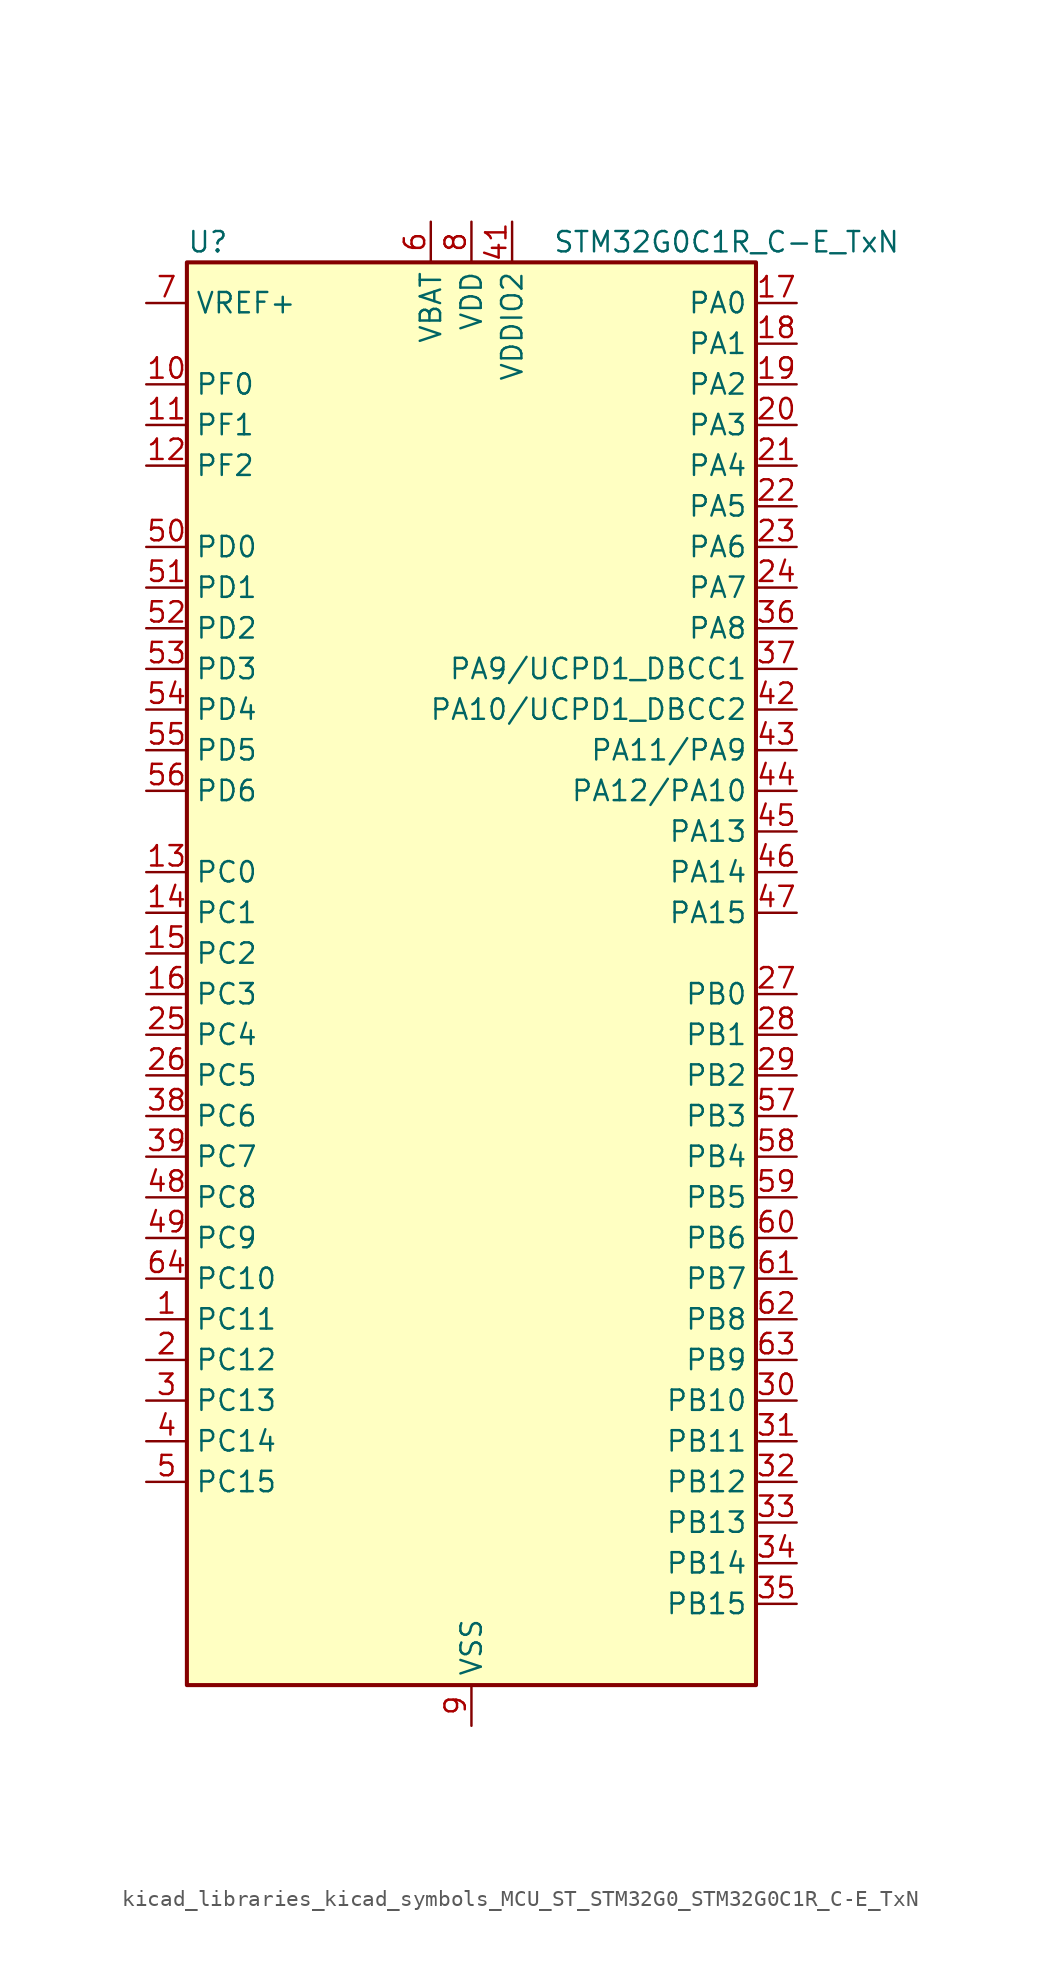
<source format=kicad_sym>
(kicad_symbol_lib
  (version 20220914)
  (generator kicad_symbol_editor)
  (symbol "kicad_libraries_kicad_symbols_MCU_ST_STM32G0_STM32G0C1R_C-E_TxN"
    (property "Reference" "U"
      (at -17.78 46.99 0)
      (effects (font (size 1.27 1.27)) (justify left)))
    (property "Value" "STM32G0C1R_C-E_TxN"
      (at 5.08 46.99 0)
      (effects (font (size 1.27 1.27)) (justify left)))
    (property "ki_locked" ""
      (at 0 0 0)
      (effects (font (size 1.27 1.27))))
    (symbol "kicad_libraries_kicad_symbols_MCU_ST_STM32G0_STM32G0C1R_C-E_TxN_0_1"
      (rectangle (start -17.78 -43.18) (end 17.78 45.72) (stroke (width 0.254) (type default)) (fill (type background))))
    (symbol "kicad_libraries_kicad_symbols_MCU_ST_STM32G0_STM32G0C1R_C-E_TxN_1_1"
      (pin bidirectional line (at -20.32 -20.32 0) (length 2.54) (name "PC11" (effects (font (size 1.27 1.27)))) (number "1" (effects (font (size 1.27 1.27)))) (alternate "ADC1_EXTI11" bidirectional line) (alternate "SPI3_MISO" bidirectional line) (alternate "TIM1_CH4" bidirectional line) (alternate "USART3_RX" bidirectional line) (alternate "USART4_RX" bidirectional line))
      (pin bidirectional line (at -20.32 38.1 0) (length 2.54) (name "PF0" (effects (font (size 1.27 1.27)))) (number "10" (effects (font (size 1.27 1.27)))) (alternate "CRS1_SYNC" bidirectional line) (alternate "RCC_OSC_IN" bidirectional line) (alternate "TIM14_CH1" bidirectional line))
      (pin bidirectional line (at -20.32 35.56 0) (length 2.54) (name "PF1" (effects (font (size 1.27 1.27)))) (number "11" (effects (font (size 1.27 1.27)))) (alternate "RCC_OSC_EN" bidirectional line) (alternate "RCC_OSC_OUT" bidirectional line) (alternate "TIM15_CH1N" bidirectional line))
      (pin bidirectional line (at -20.32 33.02 0) (length 2.54) (name "PF2" (effects (font (size 1.27 1.27)))) (number "12" (effects (font (size 1.27 1.27)))) (alternate "LPUART2_DE" bidirectional line) (alternate "LPUART2_RTS" bidirectional line) (alternate "LPUART2_TX" bidirectional line) (alternate "RCC_MCO" bidirectional line))
      (pin bidirectional line (at -20.32 7.62 0) (length 2.54) (name "PC0" (effects (font (size 1.27 1.27)))) (number "13" (effects (font (size 1.27 1.27)))) (alternate "COMP3_INM" bidirectional line) (alternate "COMP3_OUT" bidirectional line) (alternate "I2C3_SCL" bidirectional line) (alternate "LPTIM1_IN1" bidirectional line) (alternate "LPTIM2_IN1" bidirectional line) (alternate "LPUART1_RX" bidirectional line) (alternate "LPUART2_TX" bidirectional line) (alternate "USART6_TX" bidirectional line))
      (pin bidirectional line (at -20.32 5.08 0) (length 2.54) (name "PC1" (effects (font (size 1.27 1.27)))) (number "14" (effects (font (size 1.27 1.27)))) (alternate "COMP3_INP" bidirectional line) (alternate "I2C3_SDA" bidirectional line) (alternate "LPTIM1_OUT" bidirectional line) (alternate "LPUART1_TX" bidirectional line) (alternate "LPUART2_RX" bidirectional line) (alternate "TIM15_CH1" bidirectional line) (alternate "USART6_RX" bidirectional line))
      (pin bidirectional line (at -20.32 2.54 0) (length 2.54) (name "PC2" (effects (font (size 1.27 1.27)))) (number "15" (effects (font (size 1.27 1.27)))) (alternate "COMP3_OUT" bidirectional line) (alternate "FDCAN2_RX" bidirectional line) (alternate "I2S2_MCK" bidirectional line) (alternate "LPTIM1_IN2" bidirectional line) (alternate "SPI2_MISO" bidirectional line) (alternate "TIM15_CH2" bidirectional line))
      (pin bidirectional line (at -20.32 0 0) (length 2.54) (name "PC3" (effects (font (size 1.27 1.27)))) (number "16" (effects (font (size 1.27 1.27)))) (alternate "FDCAN2_TX" bidirectional line) (alternate "I2S2_SD" bidirectional line) (alternate "LPTIM1_ETR" bidirectional line) (alternate "LPTIM2_ETR" bidirectional line) (alternate "SPI2_MOSI" bidirectional line))
      (pin bidirectional line (at 20.32 43.18 180) (length 2.54) (name "PA0" (effects (font (size 1.27 1.27)))) (number "17" (effects (font (size 1.27 1.27)))) (alternate "ADC1_IN0" bidirectional line) (alternate "COMP1_INM" bidirectional line) (alternate "COMP1_OUT" bidirectional line) (alternate "I2S2_CK" bidirectional line) (alternate "LPTIM1_OUT" bidirectional line) (alternate "RTC_TAMP_IN2" bidirectional line) (alternate "SPI2_SCK" bidirectional line) (alternate "SYS_WKUP1" bidirectional line) (alternate "TIM2_CH1" bidirectional line) (alternate "TIM2_ETR" bidirectional line) (alternate "UCPD2_FRSTX1" bidirectional line) (alternate "UCPD2_FRSTX2" bidirectional line) (alternate "USART2_CTS" bidirectional line) (alternate "USART2_NSS" bidirectional line) (alternate "USART4_TX" bidirectional line))
      (pin bidirectional line (at 20.32 40.64 180) (length 2.54) (name "PA1" (effects (font (size 1.27 1.27)))) (number "18" (effects (font (size 1.27 1.27)))) (alternate "ADC1_IN1" bidirectional line) (alternate "COMP1_INP" bidirectional line) (alternate "I2C1_SMBA" bidirectional line) (alternate "I2S1_CK" bidirectional line) (alternate "SPI1_SCK" bidirectional line) (alternate "TIM15_CH1N" bidirectional line) (alternate "TIM2_CH2" bidirectional line) (alternate "USART2_CK" bidirectional line) (alternate "USART2_DE" bidirectional line) (alternate "USART2_RTS" bidirectional line) (alternate "USART4_RX" bidirectional line))
      (pin bidirectional line (at 20.32 38.1 180) (length 2.54) (name "PA2" (effects (font (size 1.27 1.27)))) (number "19" (effects (font (size 1.27 1.27)))) (alternate "ADC1_IN2" bidirectional line) (alternate "COMP2_INM" bidirectional line) (alternate "COMP2_OUT" bidirectional line) (alternate "I2S1_SD" bidirectional line) (alternate "LPUART1_TX" bidirectional line) (alternate "RCC_LSCO" bidirectional line) (alternate "SPI1_MOSI" bidirectional line) (alternate "SYS_WKUP4" bidirectional line) (alternate "TIM15_CH1" bidirectional line) (alternate "TIM2_CH3" bidirectional line) (alternate "UCPD1_FRSTX1" bidirectional line) (alternate "UCPD1_FRSTX2" bidirectional line) (alternate "USART2_TX" bidirectional line))
      (pin bidirectional line (at -20.32 -22.86 0) (length 2.54) (name "PC12" (effects (font (size 1.27 1.27)))) (number "2" (effects (font (size 1.27 1.27)))) (alternate "LPTIM1_IN1" bidirectional line) (alternate "SPI3_MOSI" bidirectional line) (alternate "TIM14_CH1" bidirectional line) (alternate "UCPD1_FRSTX1" bidirectional line) (alternate "UCPD1_FRSTX2" bidirectional line) (alternate "USART5_TX" bidirectional line))
      (pin bidirectional line (at 20.32 35.56 180) (length 2.54) (name "PA3" (effects (font (size 1.27 1.27)))) (number "20" (effects (font (size 1.27 1.27)))) (alternate "ADC1_IN3" bidirectional line) (alternate "COMP2_INP" bidirectional line) (alternate "I2S2_MCK" bidirectional line) (alternate "LPUART1_RX" bidirectional line) (alternate "SPI2_MISO" bidirectional line) (alternate "TIM15_CH2" bidirectional line) (alternate "TIM2_CH4" bidirectional line) (alternate "UCPD2_FRSTX1" bidirectional line) (alternate "UCPD2_FRSTX2" bidirectional line) (alternate "USART2_RX" bidirectional line))
      (pin bidirectional line (at 20.32 33.02 180) (length 2.54) (name "PA4" (effects (font (size 1.27 1.27)))) (number "21" (effects (font (size 1.27 1.27)))) (alternate "ADC1_IN4" bidirectional line) (alternate "DAC1_OUT1" bidirectional line) (alternate "I2S1_WS" bidirectional line) (alternate "I2S2_SD" bidirectional line) (alternate "LPTIM2_OUT" bidirectional line) (alternate "RTC_OUT2" bidirectional line) (alternate "SPI1_NSS" bidirectional line) (alternate "SPI2_MOSI" bidirectional line) (alternate "SPI3_NSS" bidirectional line) (alternate "TIM14_CH1" bidirectional line) (alternate "UCPD2_FRSTX1" bidirectional line) (alternate "UCPD2_FRSTX2" bidirectional line) (alternate "USART6_TX" bidirectional line) (alternate "USB_NOE" bidirectional line))
      (pin bidirectional line (at 20.32 30.48 180) (length 2.54) (name "PA5" (effects (font (size 1.27 1.27)))) (number "22" (effects (font (size 1.27 1.27)))) (alternate "ADC1_IN5" bidirectional line) (alternate "CEC" bidirectional line) (alternate "DAC1_OUT2" bidirectional line) (alternate "I2S1_CK" bidirectional line) (alternate "LPTIM2_ETR" bidirectional line) (alternate "SPI1_SCK" bidirectional line) (alternate "TIM2_CH1" bidirectional line) (alternate "TIM2_ETR" bidirectional line) (alternate "UCPD1_FRSTX1" bidirectional line) (alternate "UCPD1_FRSTX2" bidirectional line) (alternate "USART3_TX" bidirectional line) (alternate "USART6_RX" bidirectional line))
      (pin bidirectional line (at 20.32 27.94 180) (length 2.54) (name "PA6" (effects (font (size 1.27 1.27)))) (number "23" (effects (font (size 1.27 1.27)))) (alternate "ADC1_IN6" bidirectional line) (alternate "COMP1_OUT" bidirectional line) (alternate "I2C2_SDA" bidirectional line) (alternate "I2C3_SDA" bidirectional line) (alternate "I2S1_MCK" bidirectional line) (alternate "LPUART1_CTS" bidirectional line) (alternate "SPI1_MISO" bidirectional line) (alternate "TIM16_CH1" bidirectional line) (alternate "TIM1_BK" bidirectional line) (alternate "TIM3_CH1" bidirectional line) (alternate "USART3_CTS" bidirectional line) (alternate "USART3_NSS" bidirectional line) (alternate "USART6_CTS" bidirectional line) (alternate "USART6_NSS" bidirectional line))
      (pin bidirectional line (at 20.32 25.4 180) (length 2.54) (name "PA7" (effects (font (size 1.27 1.27)))) (number "24" (effects (font (size 1.27 1.27)))) (alternate "ADC1_IN7" bidirectional line) (alternate "COMP2_OUT" bidirectional line) (alternate "I2C2_SCL" bidirectional line) (alternate "I2C3_SCL" bidirectional line) (alternate "I2S1_SD" bidirectional line) (alternate "SPI1_MOSI" bidirectional line) (alternate "TIM14_CH1" bidirectional line) (alternate "TIM17_CH1" bidirectional line) (alternate "TIM1_CH1N" bidirectional line) (alternate "TIM3_CH2" bidirectional line) (alternate "UCPD1_FRSTX1" bidirectional line) (alternate "UCPD1_FRSTX2" bidirectional line) (alternate "USART6_CK" bidirectional line) (alternate "USART6_DE" bidirectional line) (alternate "USART6_RTS" bidirectional line))
      (pin bidirectional line (at -20.32 -2.54 0) (length 2.54) (name "PC4" (effects (font (size 1.27 1.27)))) (number "25" (effects (font (size 1.27 1.27)))) (alternate "ADC1_IN17" bidirectional line) (alternate "COMP1_INM" bidirectional line) (alternate "FDCAN1_RX" bidirectional line) (alternate "TIM2_CH1" bidirectional line) (alternate "TIM2_ETR" bidirectional line) (alternate "USART1_TX" bidirectional line) (alternate "USART3_TX" bidirectional line))
      (pin bidirectional line (at -20.32 -5.08 0) (length 2.54) (name "PC5" (effects (font (size 1.27 1.27)))) (number "26" (effects (font (size 1.27 1.27)))) (alternate "ADC1_IN18" bidirectional line) (alternate "COMP1_INP" bidirectional line) (alternate "FDCAN1_TX" bidirectional line) (alternate "SYS_WKUP5" bidirectional line) (alternate "TIM2_CH2" bidirectional line) (alternate "USART1_RX" bidirectional line) (alternate "USART3_RX" bidirectional line))
      (pin bidirectional line (at 20.32 0 180) (length 2.54) (name "PB0" (effects (font (size 1.27 1.27)))) (number "27" (effects (font (size 1.27 1.27)))) (alternate "ADC1_IN8" bidirectional line) (alternate "COMP1_OUT" bidirectional line) (alternate "COMP3_INP" bidirectional line) (alternate "FDCAN2_RX" bidirectional line) (alternate "I2S1_WS" bidirectional line) (alternate "LPTIM1_OUT" bidirectional line) (alternate "LPUART2_CTS" bidirectional line) (alternate "SPI1_NSS" bidirectional line) (alternate "TIM1_CH2N" bidirectional line) (alternate "TIM3_CH3" bidirectional line) (alternate "UCPD1_FRSTX1" bidirectional line) (alternate "UCPD1_FRSTX2" bidirectional line) (alternate "USART3_RX" bidirectional line) (alternate "USART5_TX" bidirectional line))
      (pin bidirectional line (at 20.32 -2.54 180) (length 2.54) (name "PB1" (effects (font (size 1.27 1.27)))) (number "28" (effects (font (size 1.27 1.27)))) (alternate "ADC1_IN9" bidirectional line) (alternate "COMP1_INM" bidirectional line) (alternate "COMP3_OUT" bidirectional line) (alternate "FDCAN2_TX" bidirectional line) (alternate "LPTIM2_IN1" bidirectional line) (alternate "LPUART1_DE" bidirectional line) (alternate "LPUART1_RTS" bidirectional line) (alternate "LPUART2_DE" bidirectional line) (alternate "LPUART2_RTS" bidirectional line) (alternate "TIM14_CH1" bidirectional line) (alternate "TIM1_CH3N" bidirectional line) (alternate "TIM3_CH4" bidirectional line) (alternate "USART3_CK" bidirectional line) (alternate "USART3_DE" bidirectional line) (alternate "USART3_RTS" bidirectional line) (alternate "USART5_RX" bidirectional line))
      (pin bidirectional line (at 20.32 -5.08 180) (length 2.54) (name "PB2" (effects (font (size 1.27 1.27)))) (number "29" (effects (font (size 1.27 1.27)))) (alternate "ADC1_IN10" bidirectional line) (alternate "COMP1_INP" bidirectional line) (alternate "COMP3_INM" bidirectional line) (alternate "I2S2_MCK" bidirectional line) (alternate "LPTIM1_OUT" bidirectional line) (alternate "RCC_MCO_2" bidirectional line) (alternate "SPI2_MISO" bidirectional line) (alternate "USART3_TX" bidirectional line))
      (pin bidirectional line (at -20.32 -25.4 0) (length 2.54) (name "PC13" (effects (font (size 1.27 1.27)))) (number "3" (effects (font (size 1.27 1.27)))) (alternate "RTC_OUT1" bidirectional line) (alternate "RTC_TAMP_IN1" bidirectional line) (alternate "RTC_TS" bidirectional line) (alternate "SYS_WKUP2" bidirectional line) (alternate "TIM1_BK" bidirectional line))
      (pin bidirectional line (at 20.32 -25.4 180) (length 2.54) (name "PB10" (effects (font (size 1.27 1.27)))) (number "30" (effects (font (size 1.27 1.27)))) (alternate "ADC1_IN11" bidirectional line) (alternate "CEC" bidirectional line) (alternate "COMP1_OUT" bidirectional line) (alternate "I2C2_SCL" bidirectional line) (alternate "I2S2_CK" bidirectional line) (alternate "LPUART1_RX" bidirectional line) (alternate "SPI2_SCK" bidirectional line) (alternate "TIM2_CH3" bidirectional line) (alternate "USART3_TX" bidirectional line))
      (pin bidirectional line (at 20.32 -27.94 180) (length 2.54) (name "PB11" (effects (font (size 1.27 1.27)))) (number "31" (effects (font (size 1.27 1.27)))) (alternate "ADC1_EXTI11" bidirectional line) (alternate "ADC1_IN15" bidirectional line) (alternate "COMP2_OUT" bidirectional line) (alternate "I2C2_SDA" bidirectional line) (alternate "I2S2_SD" bidirectional line) (alternate "LPUART1_TX" bidirectional line) (alternate "SPI2_MOSI" bidirectional line) (alternate "TIM2_CH4" bidirectional line) (alternate "USART3_RX" bidirectional line))
      (pin bidirectional line (at 20.32 -30.48 180) (length 2.54) (name "PB12" (effects (font (size 1.27 1.27)))) (number "32" (effects (font (size 1.27 1.27)))) (alternate "ADC1_IN16" bidirectional line) (alternate "FDCAN2_RX" bidirectional line) (alternate "I2C2_SMBA" bidirectional line) (alternate "I2S2_WS" bidirectional line) (alternate "LPUART1_DE" bidirectional line) (alternate "LPUART1_RTS" bidirectional line) (alternate "SPI2_NSS" bidirectional line) (alternate "TIM15_BK" bidirectional line) (alternate "TIM1_BK" bidirectional line) (alternate "UCPD2_FRSTX1" bidirectional line) (alternate "UCPD2_FRSTX2" bidirectional line))
      (pin bidirectional line (at 20.32 -33.02 180) (length 2.54) (name "PB13" (effects (font (size 1.27 1.27)))) (number "33" (effects (font (size 1.27 1.27)))) (alternate "FDCAN2_TX" bidirectional line) (alternate "I2C2_SCL" bidirectional line) (alternate "I2S2_CK" bidirectional line) (alternate "LPUART1_CTS" bidirectional line) (alternate "SPI2_SCK" bidirectional line) (alternate "TIM15_CH1N" bidirectional line) (alternate "TIM1_CH1N" bidirectional line) (alternate "USART3_CTS" bidirectional line) (alternate "USART3_NSS" bidirectional line))
      (pin bidirectional line (at 20.32 -35.56 180) (length 2.54) (name "PB14" (effects (font (size 1.27 1.27)))) (number "34" (effects (font (size 1.27 1.27)))) (alternate "I2C2_SDA" bidirectional line) (alternate "I2S2_MCK" bidirectional line) (alternate "SPI2_MISO" bidirectional line) (alternate "TIM15_CH1" bidirectional line) (alternate "TIM1_CH2N" bidirectional line) (alternate "UCPD1_FRSTX1" bidirectional line) (alternate "UCPD1_FRSTX2" bidirectional line) (alternate "USART3_CK" bidirectional line) (alternate "USART3_DE" bidirectional line) (alternate "USART3_RTS" bidirectional line) (alternate "USART6_CK" bidirectional line) (alternate "USART6_DE" bidirectional line) (alternate "USART6_RTS" bidirectional line))
      (pin bidirectional line (at 20.32 -38.1 180) (length 2.54) (name "PB15" (effects (font (size 1.27 1.27)))) (number "35" (effects (font (size 1.27 1.27)))) (alternate "I2S2_SD" bidirectional line) (alternate "RTC_REFIN" bidirectional line) (alternate "SPI2_MOSI" bidirectional line) (alternate "TIM15_CH1N" bidirectional line) (alternate "TIM15_CH2" bidirectional line) (alternate "TIM1_CH3N" bidirectional line) (alternate "UCPD1_CC2" bidirectional line) (alternate "USART6_CTS" bidirectional line) (alternate "USART6_NSS" bidirectional line))
      (pin bidirectional line (at 20.32 22.86 180) (length 2.54) (name "PA8" (effects (font (size 1.27 1.27)))) (number "36" (effects (font (size 1.27 1.27)))) (alternate "CRS1_SYNC" bidirectional line) (alternate "I2C2_SMBA" bidirectional line) (alternate "I2S2_WS" bidirectional line) (alternate "LPTIM2_OUT" bidirectional line) (alternate "RCC_MCO" bidirectional line) (alternate "SPI2_NSS" bidirectional line) (alternate "TIM1_CH1" bidirectional line) (alternate "UCPD1_CC1" bidirectional line))
      (pin bidirectional line (at 20.32 20.32 180) (length 2.54) (name "PA9/UCPD1_DBCC1" (effects (font (size 1.27 1.27)))) (number "37" (effects (font (size 1.27 1.27)))) (alternate "DAC1_EXTI9" bidirectional line) (alternate "I2C1_SCL" bidirectional line) (alternate "I2C2_SCL" bidirectional line) (alternate "I2S2_MCK" bidirectional line) (alternate "RCC_MCO" bidirectional line) (alternate "SPI2_MISO" bidirectional line) (alternate "TIM15_BK" bidirectional line) (alternate "TIM1_CH2" bidirectional line) (alternate "UCPD1_DBCC1" bidirectional line) (alternate "USART1_TX" bidirectional line))
      (pin bidirectional line (at -20.32 -7.62 0) (length 2.54) (name "PC6" (effects (font (size 1.27 1.27)))) (number "38" (effects (font (size 1.27 1.27)))) (alternate "LPUART2_TX" bidirectional line) (alternate "TIM2_CH3" bidirectional line) (alternate "TIM3_CH1" bidirectional line) (alternate "UCPD1_FRSTX1" bidirectional line) (alternate "UCPD1_FRSTX2" bidirectional line))
      (pin bidirectional line (at -20.32 -10.16 0) (length 2.54) (name "PC7" (effects (font (size 1.27 1.27)))) (number "39" (effects (font (size 1.27 1.27)))) (alternate "LPUART2_RX" bidirectional line) (alternate "TIM2_CH4" bidirectional line) (alternate "TIM3_CH2" bidirectional line) (alternate "UCPD2_FRSTX1" bidirectional line) (alternate "UCPD2_FRSTX2" bidirectional line))
      (pin bidirectional line (at -20.32 -27.94 0) (length 2.54) (name "PC14" (effects (font (size 1.27 1.27)))) (number "4" (effects (font (size 1.27 1.27)))) (alternate "RCC_OSC32_IN" bidirectional line) (alternate "TIM1_BK2" bidirectional line))
      (pin passive line (at 0 -45.72 90) (length 2.54) hide (name "VSS" (effects (font (size 1.27 1.27)))) (number "40" (effects (font (size 1.27 1.27)))))
      (pin power_in line (at 2.54 48.26 270) (length 2.54) (name "VDDIO2" (effects (font (size 1.27 1.27)))) (number "41" (effects (font (size 1.27 1.27)))))
      (pin bidirectional line (at 20.32 17.78 180) (length 2.54) (name "PA10/UCPD1_DBCC2" (effects (font (size 1.27 1.27)))) (number "42" (effects (font (size 1.27 1.27)))) (alternate "I2C1_SDA" bidirectional line) (alternate "I2C2_SDA" bidirectional line) (alternate "I2S2_SD" bidirectional line) (alternate "RCC_MCO_2" bidirectional line) (alternate "SPI2_MOSI" bidirectional line) (alternate "TIM17_BK" bidirectional line) (alternate "TIM1_CH3" bidirectional line) (alternate "UCPD1_DBCC2" bidirectional line) (alternate "USART1_RX" bidirectional line))
      (pin bidirectional line (at 20.32 15.24 180) (length 2.54) (name "PA11/PA9" (effects (font (size 1.27 1.27)))) (number "43" (effects (font (size 1.27 1.27)))) (alternate "ADC1_EXTI11" bidirectional line) (alternate "COMP1_OUT" bidirectional line) (alternate "FDCAN1_RX" bidirectional line) (alternate "I2C2_SCL" bidirectional line) (alternate "I2S1_MCK" bidirectional line) (alternate "SPI1_MISO" bidirectional line) (alternate "TIM1_BK2" bidirectional line) (alternate "TIM1_CH4" bidirectional line) (alternate "USART1_CTS" bidirectional line) (alternate "USART1_NSS" bidirectional line) (alternate "USB_DM" bidirectional line))
      (pin bidirectional line (at 20.32 12.7 180) (length 2.54) (name "PA12/PA10" (effects (font (size 1.27 1.27)))) (number "44" (effects (font (size 1.27 1.27)))) (alternate "COMP2_OUT" bidirectional line) (alternate "FDCAN1_TX" bidirectional line) (alternate "I2C2_SDA" bidirectional line) (alternate "I2S1_SD" bidirectional line) (alternate "I2S_CKIN" bidirectional line) (alternate "SPI1_MOSI" bidirectional line) (alternate "TIM1_ETR" bidirectional line) (alternate "USART1_CK" bidirectional line) (alternate "USART1_DE" bidirectional line) (alternate "USART1_RTS" bidirectional line) (alternate "USB_DP" bidirectional line))
      (pin bidirectional line (at 20.32 10.16 180) (length 2.54) (name "PA13" (effects (font (size 1.27 1.27)))) (number "45" (effects (font (size 1.27 1.27)))) (alternate "IR_OUT" bidirectional line) (alternate "LPUART2_RX" bidirectional line) (alternate "SYS_SWDIO" bidirectional line) (alternate "USB_NOE" bidirectional line))
      (pin bidirectional line (at 20.32 7.62 180) (length 2.54) (name "PA14" (effects (font (size 1.27 1.27)))) (number "46" (effects (font (size 1.27 1.27)))) (alternate "LPUART2_TX" bidirectional line) (alternate "SYS_SWCLK" bidirectional line) (alternate "USART2_TX" bidirectional line))
      (pin bidirectional line (at 20.32 5.08 180) (length 2.54) (name "PA15" (effects (font (size 1.27 1.27)))) (number "47" (effects (font (size 1.27 1.27)))) (alternate "I2C2_SMBA" bidirectional line) (alternate "I2S1_WS" bidirectional line) (alternate "RCC_MCO_2" bidirectional line) (alternate "SPI1_NSS" bidirectional line) (alternate "SPI3_NSS" bidirectional line) (alternate "TIM2_CH1" bidirectional line) (alternate "TIM2_ETR" bidirectional line) (alternate "USART2_RX" bidirectional line) (alternate "USART3_CK" bidirectional line) (alternate "USART3_DE" bidirectional line) (alternate "USART3_RTS" bidirectional line) (alternate "USART4_CK" bidirectional line) (alternate "USART4_DE" bidirectional line) (alternate "USART4_RTS" bidirectional line) (alternate "USB_NOE" bidirectional line))
      (pin bidirectional line (at -20.32 -12.7 0) (length 2.54) (name "PC8" (effects (font (size 1.27 1.27)))) (number "48" (effects (font (size 1.27 1.27)))) (alternate "LPUART2_CTS" bidirectional line) (alternate "TIM1_CH1" bidirectional line) (alternate "TIM3_CH3" bidirectional line) (alternate "UCPD2_FRSTX1" bidirectional line) (alternate "UCPD2_FRSTX2" bidirectional line))
      (pin bidirectional line (at -20.32 -15.24 0) (length 2.54) (name "PC9" (effects (font (size 1.27 1.27)))) (number "49" (effects (font (size 1.27 1.27)))) (alternate "DAC1_EXTI9" bidirectional line) (alternate "I2S_CKIN" bidirectional line) (alternate "LPUART2_DE" bidirectional line) (alternate "LPUART2_RTS" bidirectional line) (alternate "TIM1_CH2" bidirectional line) (alternate "TIM3_CH4" bidirectional line) (alternate "USB_NOE" bidirectional line))
      (pin bidirectional line (at -20.32 -30.48 0) (length 2.54) (name "PC15" (effects (font (size 1.27 1.27)))) (number "5" (effects (font (size 1.27 1.27)))) (alternate "RCC_OSC32_EN" bidirectional line) (alternate "RCC_OSC32_OUT" bidirectional line) (alternate "RCC_OSC_EN" bidirectional line) (alternate "TIM15_BK" bidirectional line))
      (pin bidirectional line (at -20.32 27.94 0) (length 2.54) (name "PD0" (effects (font (size 1.27 1.27)))) (number "50" (effects (font (size 1.27 1.27)))) (alternate "FDCAN1_RX" bidirectional line) (alternate "I2S2_WS" bidirectional line) (alternate "SPI2_NSS" bidirectional line) (alternate "TIM16_CH1" bidirectional line) (alternate "UCPD2_CC1" bidirectional line))
      (pin bidirectional line (at -20.32 25.4 0) (length 2.54) (name "PD1" (effects (font (size 1.27 1.27)))) (number "51" (effects (font (size 1.27 1.27)))) (alternate "FDCAN1_TX" bidirectional line) (alternate "I2S2_CK" bidirectional line) (alternate "SPI2_SCK" bidirectional line) (alternate "TIM17_CH1" bidirectional line) (alternate "UCPD2_DBCC1" bidirectional line))
      (pin bidirectional line (at -20.32 22.86 0) (length 2.54) (name "PD2" (effects (font (size 1.27 1.27)))) (number "52" (effects (font (size 1.27 1.27)))) (alternate "TIM1_CH1N" bidirectional line) (alternate "TIM3_ETR" bidirectional line) (alternate "UCPD2_CC2" bidirectional line) (alternate "USART3_CK" bidirectional line) (alternate "USART3_DE" bidirectional line) (alternate "USART3_RTS" bidirectional line) (alternate "USART5_RX" bidirectional line))
      (pin bidirectional line (at -20.32 20.32 0) (length 2.54) (name "PD3" (effects (font (size 1.27 1.27)))) (number "53" (effects (font (size 1.27 1.27)))) (alternate "I2S2_MCK" bidirectional line) (alternate "SPI2_MISO" bidirectional line) (alternate "TIM1_CH2N" bidirectional line) (alternate "UCPD2_DBCC2" bidirectional line) (alternate "USART2_CTS" bidirectional line) (alternate "USART2_NSS" bidirectional line) (alternate "USART5_TX" bidirectional line))
      (pin bidirectional line (at -20.32 17.78 0) (length 2.54) (name "PD4" (effects (font (size 1.27 1.27)))) (number "54" (effects (font (size 1.27 1.27)))) (alternate "I2S2_SD" bidirectional line) (alternate "SPI2_MOSI" bidirectional line) (alternate "TIM1_CH3N" bidirectional line) (alternate "USART2_CK" bidirectional line) (alternate "USART2_DE" bidirectional line) (alternate "USART2_RTS" bidirectional line) (alternate "USART5_CK" bidirectional line) (alternate "USART5_DE" bidirectional line) (alternate "USART5_RTS" bidirectional line))
      (pin bidirectional line (at -20.32 15.24 0) (length 2.54) (name "PD5" (effects (font (size 1.27 1.27)))) (number "55" (effects (font (size 1.27 1.27)))) (alternate "I2S1_MCK" bidirectional line) (alternate "SPI1_MISO" bidirectional line) (alternate "TIM1_BK" bidirectional line) (alternate "USART2_TX" bidirectional line) (alternate "USART5_CTS" bidirectional line) (alternate "USART5_NSS" bidirectional line))
      (pin bidirectional line (at -20.32 12.7 0) (length 2.54) (name "PD6" (effects (font (size 1.27 1.27)))) (number "56" (effects (font (size 1.27 1.27)))) (alternate "I2S1_SD" bidirectional line) (alternate "LPTIM2_OUT" bidirectional line) (alternate "SPI1_MOSI" bidirectional line) (alternate "USART2_RX" bidirectional line))
      (pin bidirectional line (at 20.32 -7.62 180) (length 2.54) (name "PB3" (effects (font (size 1.27 1.27)))) (number "57" (effects (font (size 1.27 1.27)))) (alternate "COMP2_INM" bidirectional line) (alternate "I2C2_SCL" bidirectional line) (alternate "I2C3_SCL" bidirectional line) (alternate "I2S1_CK" bidirectional line) (alternate "SPI1_SCK" bidirectional line) (alternate "SPI3_SCK" bidirectional line) (alternate "TIM1_CH2" bidirectional line) (alternate "TIM2_CH2" bidirectional line) (alternate "USART1_CK" bidirectional line) (alternate "USART1_DE" bidirectional line) (alternate "USART1_RTS" bidirectional line) (alternate "USART5_TX" bidirectional line))
      (pin bidirectional line (at 20.32 -10.16 180) (length 2.54) (name "PB4" (effects (font (size 1.27 1.27)))) (number "58" (effects (font (size 1.27 1.27)))) (alternate "COMP2_INP" bidirectional line) (alternate "I2C2_SDA" bidirectional line) (alternate "I2C3_SDA" bidirectional line) (alternate "I2S1_MCK" bidirectional line) (alternate "SPI1_MISO" bidirectional line) (alternate "SPI3_MISO" bidirectional line) (alternate "TIM17_BK" bidirectional line) (alternate "TIM3_CH1" bidirectional line) (alternate "USART1_CTS" bidirectional line) (alternate "USART1_NSS" bidirectional line) (alternate "USART5_RX" bidirectional line))
      (pin bidirectional line (at 20.32 -12.7 180) (length 2.54) (name "PB5" (effects (font (size 1.27 1.27)))) (number "59" (effects (font (size 1.27 1.27)))) (alternate "COMP2_OUT" bidirectional line) (alternate "FDCAN2_RX" bidirectional line) (alternate "I2C1_SMBA" bidirectional line) (alternate "I2S1_SD" bidirectional line) (alternate "LPTIM1_IN1" bidirectional line) (alternate "SPI1_MOSI" bidirectional line) (alternate "SPI3_MOSI" bidirectional line) (alternate "SYS_WKUP6" bidirectional line) (alternate "TIM16_BK" bidirectional line) (alternate "TIM3_CH2" bidirectional line) (alternate "USART5_CK" bidirectional line) (alternate "USART5_DE" bidirectional line) (alternate "USART5_RTS" bidirectional line))
      (pin power_in line (at -2.54 48.26 270) (length 2.54) (name "VBAT" (effects (font (size 1.27 1.27)))) (number "6" (effects (font (size 1.27 1.27)))))
      (pin bidirectional line (at 20.32 -15.24 180) (length 2.54) (name "PB6" (effects (font (size 1.27 1.27)))) (number "60" (effects (font (size 1.27 1.27)))) (alternate "COMP2_INP" bidirectional line) (alternate "FDCAN2_TX" bidirectional line) (alternate "I2C1_SCL" bidirectional line) (alternate "I2S2_MCK" bidirectional line) (alternate "LPTIM1_ETR" bidirectional line) (alternate "LPUART2_TX" bidirectional line) (alternate "SPI2_MISO" bidirectional line) (alternate "TIM16_CH1N" bidirectional line) (alternate "TIM1_CH3" bidirectional line) (alternate "TIM4_CH1" bidirectional line) (alternate "USART1_TX" bidirectional line) (alternate "USART5_CTS" bidirectional line) (alternate "USART5_NSS" bidirectional line))
      (pin bidirectional line (at 20.32 -17.78 180) (length 2.54) (name "PB7" (effects (font (size 1.27 1.27)))) (number "61" (effects (font (size 1.27 1.27)))) (alternate "COMP2_INM" bidirectional line) (alternate "I2C1_SDA" bidirectional line) (alternate "I2S2_SD" bidirectional line) (alternate "LPTIM1_IN2" bidirectional line) (alternate "LPUART2_RX" bidirectional line) (alternate "SPI2_MOSI" bidirectional line) (alternate "SYS_PVD_IN" bidirectional line) (alternate "TIM17_CH1N" bidirectional line) (alternate "TIM4_CH2" bidirectional line) (alternate "USART1_RX" bidirectional line) (alternate "USART4_CTS" bidirectional line) (alternate "USART4_NSS" bidirectional line))
      (pin bidirectional line (at 20.32 -20.32 180) (length 2.54) (name "PB8" (effects (font (size 1.27 1.27)))) (number "62" (effects (font (size 1.27 1.27)))) (alternate "CEC" bidirectional line) (alternate "FDCAN1_RX" bidirectional line) (alternate "I2C1_SCL" bidirectional line) (alternate "I2S2_CK" bidirectional line) (alternate "SPI2_SCK" bidirectional line) (alternate "TIM15_BK" bidirectional line) (alternate "TIM16_CH1" bidirectional line) (alternate "TIM4_CH3" bidirectional line) (alternate "USART3_TX" bidirectional line) (alternate "USART6_TX" bidirectional line))
      (pin bidirectional line (at 20.32 -22.86 180) (length 2.54) (name "PB9" (effects (font (size 1.27 1.27)))) (number "63" (effects (font (size 1.27 1.27)))) (alternate "DAC1_EXTI9" bidirectional line) (alternate "FDCAN1_TX" bidirectional line) (alternate "I2C1_SDA" bidirectional line) (alternate "I2S2_WS" bidirectional line) (alternate "IR_OUT" bidirectional line) (alternate "SPI2_NSS" bidirectional line) (alternate "TIM17_CH1" bidirectional line) (alternate "TIM4_CH4" bidirectional line) (alternate "UCPD2_FRSTX1" bidirectional line) (alternate "UCPD2_FRSTX2" bidirectional line) (alternate "USART3_RX" bidirectional line) (alternate "USART6_RX" bidirectional line))
      (pin bidirectional line (at -20.32 -17.78 0) (length 2.54) (name "PC10" (effects (font (size 1.27 1.27)))) (number "64" (effects (font (size 1.27 1.27)))) (alternate "SPI3_SCK" bidirectional line) (alternate "TIM1_CH3" bidirectional line) (alternate "USART3_TX" bidirectional line) (alternate "USART4_TX" bidirectional line))
      (pin input line (at -20.32 43.18 0) (length 2.54) (name "VREF+" (effects (font (size 1.27 1.27)))) (number "7" (effects (font (size 1.27 1.27)))) (alternate "VREFBUF_OUT" bidirectional line))
      (pin power_in line (at 0 48.26 270) (length 2.54) (name "VDD" (effects (font (size 1.27 1.27)))) (number "8" (effects (font (size 1.27 1.27)))))
      (pin power_in line (at 0 -45.72 90) (length 2.54) (name "VSS" (effects (font (size 1.27 1.27)))) (number "9" (effects (font (size 1.27 1.27))))))))
</source>
